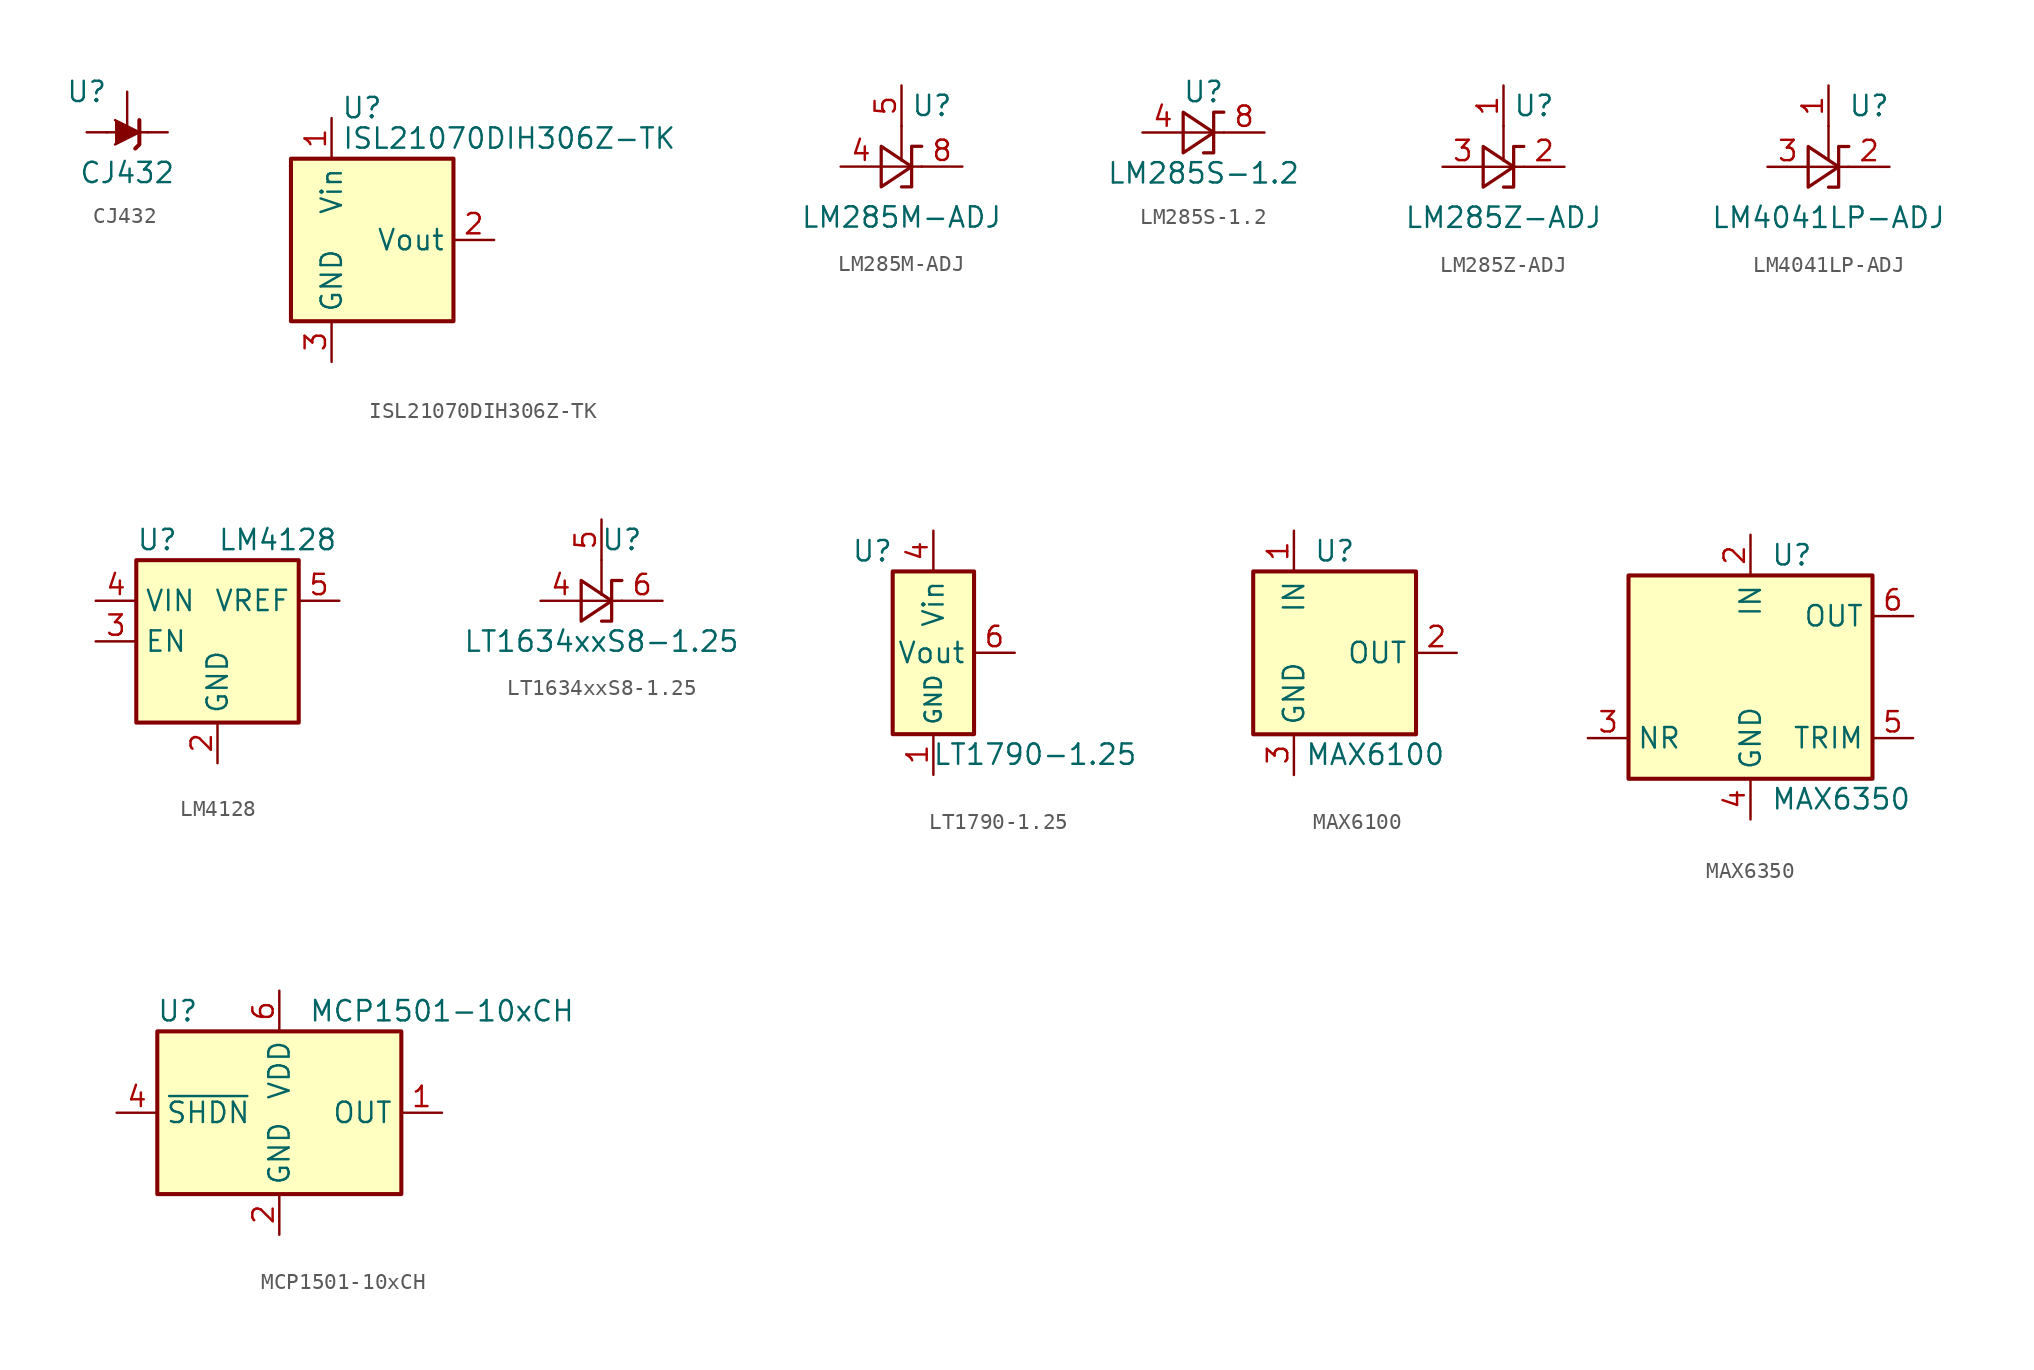
<source format=kicad_sym>
(kicad_symbol_lib
  (version 20220914)
  (generator kicad_symbol_editor)
  (symbol "CJ432"
    (pin_numbers hide)
    (pin_names hide)
    (property "Reference" "U"
      (at -2.54 2.54 0)
      (effects (font (size 1.27 1.27))))
    (property "Value" "CJ432"
      (at 0 -2.54 0)
      (effects (font (size 1.27 1.27))))
    (symbol "CJ432_0_1"
      (polyline (pts (xy -1.27 0) (xy 0 0) (xy 1.27 0)) (stroke (width 0) (type default)) (fill (type none)))
      (polyline (pts (xy -0.762 0.762) (xy 0.762 0) (xy -0.762 -0.762)) (stroke (width 0) (type default)) (fill (type outline)))
      (polyline (pts (xy 0.508 -1.016) (xy 0.762 -0.762) (xy 0.762 0.762) (xy 0.762 0.762)) (stroke (width 0.254) (type default)) (fill (type none))))
    (symbol "CJ432_1_1"
      (pin passive line (at 0 2.54 270) (length 2.54) (name "REF" (effects (font (size 1.27 1.27)))) (number "1" (effects (font (size 1.27 1.27)))))
      (pin passive line (at 2.54 0 180) (length 1.27) (name "K" (effects (font (size 1.27 1.27)))) (number "2" (effects (font (size 1.27 1.27)))))
      (pin passive line (at -2.54 0 0) (length 1.27) (name "A" (effects (font (size 1.27 1.27)))) (number "3" (effects (font (size 1.27 1.27)))))))
  (symbol "ISL21070DIH306Z-TK"
    (property "Reference" "U"
      (at -0.635 8.255 0)
      (effects (font (size 1.27 1.27))))
    (property "Value" "ISL21070DIH306Z-TK"
      (at -1.905 6.35 0)
      (effects (font (size 1.27 1.27)) (justify left)))
    (symbol "ISL21070DIH306Z-TK_0_1"
      (rectangle (start -5.08 5.08) (end 5.08 -5.08) (stroke (width 0.254) (type default)) (fill (type background))))
    (symbol "ISL21070DIH306Z-TK_1_1"
      (pin power_in line (at -2.54 7.62 270) (length 2.54) (name "Vin" (effects (font (size 1.27 1.27)))) (number "1" (effects (font (size 1.27 1.27)))))
      (pin power_out line (at 7.62 0 180) (length 2.54) (name "Vout" (effects (font (size 1.27 1.27)))) (number "2" (effects (font (size 1.27 1.27)))))
      (pin power_in line (at -2.54 -7.62 90) (length 2.54) (name "GND" (effects (font (size 1.27 1.27)))) (number "3" (effects (font (size 1.27 1.27)))))))
  (symbol "LM285M-ADJ"
    (pin_names
      (offset 0.025) hide)
    (property "Reference" "U"
      (at 1.905 3.81 0)
      (effects (font (size 1.27 1.27))))
    (property "Value" "LM285M-ADJ"
      (at 0 -3.175 0)
      (effects (font (size 1.27 1.27))))
    (symbol "LM285M-ADJ_0_1"
      (polyline (pts (xy 0 2.54) (xy 0 0.381)) (stroke (width 0) (type default)) (fill (type none)))
      (polyline (pts (xy -1.27 0) (xy 0 0) (xy 1.27 0)) (stroke (width 0) (type default)) (fill (type none)))
      (polyline (pts (xy -1.27 -1.27) (xy 0.635 0) (xy -1.27 1.27) (xy -1.27 -1.27)) (stroke (width 0.203) (type default)) (fill (type none)))
      (polyline (pts (xy 0 -1.27) (xy 0.635 -1.27) (xy 0.635 1.27) (xy 1.27 1.27)) (stroke (width 0.203) (type default)) (fill (type none))))
    (symbol "LM285M-ADJ_1_1"
      (pin passive line (at -3.81 0 0) (length 2.54) (name "A" (effects (font (size 1.27 1.27)))) (number "4" (effects (font (size 1.27 1.27)))))
      (pin input line (at 0 5.08 270) (length 2.54) (name "FB" (effects (font (size 1.27 1.27)))) (number "5" (effects (font (size 1.27 1.27)))))
      (pin passive line (at 3.81 0 180) (length 2.54) (name "K" (effects (font (size 1.27 1.27)))) (number "8" (effects (font (size 1.27 1.27)))))))
  (symbol "LM285S-1.2"
    (pin_names
      (offset 0.025) hide)
    (property "Reference" "U"
      (at 0 2.54 0)
      (effects (font (size 1.27 1.27))))
    (property "Value" "LM285S-1.2"
      (at 0 -2.54 0)
      (effects (font (size 1.27 1.27))))
    (symbol "LM285S-1.2_0_1"
      (polyline (pts (xy -1.27 0) (xy 0 0) (xy 1.27 0)) (stroke (width 0) (type default)) (fill (type none)))
      (polyline (pts (xy -1.27 -1.27) (xy 0.635 0) (xy -1.27 1.27) (xy -1.27 -1.27)) (stroke (width 0.203) (type default)) (fill (type none)))
      (polyline (pts (xy 0 -1.27) (xy 0.635 -1.27) (xy 0.635 1.27) (xy 1.27 1.27)) (stroke (width 0.203) (type default)) (fill (type none))))
    (symbol "LM285S-1.2_1_1"
      (pin passive line (at -3.81 0 0) (length 2.54) (name "A" (effects (font (size 1.27 1.27)))) (number "4" (effects (font (size 1.27 1.27)))))
      (pin passive line (at 3.81 0 180) (length 2.54) hide (name "K" (effects (font (size 1.27 1.27)))) (number "6" (effects (font (size 1.27 1.27)))))
      (pin passive line (at 3.81 0 180) (length 2.54) (name "K" (effects (font (size 1.27 1.27)))) (number "8" (effects (font (size 1.27 1.27)))))))
  (symbol "LM285Z-ADJ"
    (pin_names
      (offset 0.025) hide)
    (property "Reference" "U"
      (at 1.905 3.81 0)
      (effects (font (size 1.27 1.27))))
    (property "Value" "LM285Z-ADJ"
      (at 0 -3.175 0)
      (effects (font (size 1.27 1.27))))
    (symbol "LM285Z-ADJ_0_1"
      (polyline (pts (xy 0 2.54) (xy 0 0.381)) (stroke (width 0) (type default)) (fill (type none)))
      (polyline (pts (xy -1.27 0) (xy 0 0) (xy 1.27 0)) (stroke (width 0) (type default)) (fill (type none)))
      (polyline (pts (xy -1.27 -1.27) (xy 0.635 0) (xy -1.27 1.27) (xy -1.27 -1.27)) (stroke (width 0.203) (type default)) (fill (type none)))
      (polyline (pts (xy 0 -1.27) (xy 0.635 -1.27) (xy 0.635 1.27) (xy 1.27 1.27)) (stroke (width 0.203) (type default)) (fill (type none))))
    (symbol "LM285Z-ADJ_1_1"
      (pin input line (at 0 5.08 270) (length 2.54) (name "FB" (effects (font (size 1.27 1.27)))) (number "1" (effects (font (size 1.27 1.27)))))
      (pin passive line (at 3.81 0 180) (length 2.54) (name "K" (effects (font (size 1.27 1.27)))) (number "2" (effects (font (size 1.27 1.27)))))
      (pin passive line (at -3.81 0 0) (length 2.54) (name "A" (effects (font (size 1.27 1.27)))) (number "3" (effects (font (size 1.27 1.27)))))))
  (symbol "LM4041LP-ADJ"
    (pin_names
      (offset 0.025) hide)
    (property "Reference" "U"
      (at 2.54 3.81 0)
      (effects (font (size 1.27 1.27))))
    (property "Value" "LM4041LP-ADJ"
      (at 0 -3.175 0)
      (effects (font (size 1.27 1.27))))
    (symbol "LM4041LP-ADJ_0_1"
      (polyline (pts (xy 0 2.54) (xy 0 0.508)) (stroke (width 0) (type default)) (fill (type none)))
      (polyline (pts (xy -1.27 0) (xy 0 0) (xy 1.27 0)) (stroke (width 0) (type default)) (fill (type none)))
      (polyline (pts (xy -1.27 -1.27) (xy 0.635 0) (xy -1.27 1.27) (xy -1.27 -1.27)) (stroke (width 0.203) (type default)) (fill (type none)))
      (polyline (pts (xy 0 -1.27) (xy 0.635 -1.27) (xy 0.635 1.27) (xy 1.27 1.27)) (stroke (width 0.203) (type default)) (fill (type none))))
    (symbol "LM4041LP-ADJ_1_1"
      (pin input line (at 0 5.08 270) (length 2.54) (name "FB" (effects (font (size 1.27 1.27)))) (number "1" (effects (font (size 1.27 1.27)))))
      (pin passive line (at 3.81 0 180) (length 2.54) (name "K" (effects (font (size 1.27 1.27)))) (number "2" (effects (font (size 1.27 1.27)))))
      (pin passive line (at -3.81 0 0) (length 2.54) (name "A" (effects (font (size 1.27 1.27)))) (number "3" (effects (font (size 1.27 1.27)))))))
  (symbol "LM4128"
    (property "Reference" "U"
      (at -5.08 6.35 0)
      (effects (font (size 1.27 1.27)) (justify left)))
    (property "Value" "LM4128"
      (at 0 6.35 0)
      (effects (font (size 1.27 1.27)) (justify left)))
    (symbol "LM4128_0_1"
      (rectangle (start -5.08 5.08) (end 5.08 -5.08) (stroke (width 0.254) (type default)) (fill (type background))))
    (symbol "LM4128_1_1"
      (pin no_connect line (at 5.08 0 180) (length 2.54) hide (name "NC" (effects (font (size 1.27 1.27)))) (number "1" (effects (font (size 1.27 1.27)))))
      (pin power_in line (at 0 -7.62 90) (length 2.54) (name "GND" (effects (font (size 1.27 1.27)))) (number "2" (effects (font (size 1.27 1.27)))))
      (pin input line (at -7.62 0 0) (length 2.54) (name "EN" (effects (font (size 1.27 1.27)))) (number "3" (effects (font (size 1.27 1.27)))))
      (pin power_in line (at -7.62 2.54 0) (length 2.54) (name "VIN" (effects (font (size 1.27 1.27)))) (number "4" (effects (font (size 1.27 1.27)))))
      (pin power_out line (at 7.62 2.54 180) (length 2.54) (name "VREF" (effects (font (size 1.27 1.27)))) (number "5" (effects (font (size 1.27 1.27)))))))
  (symbol "LT1634xxS8-1.25"
    (pin_names hide)
    (property "Reference" "U"
      (at 1.27 3.81 0)
      (effects (font (size 1.27 1.27))))
    (property "Value" "LT1634xxS8-1.25"
      (at 0 -2.54 0)
      (effects (font (size 1.27 1.27))))
    (symbol "LT1634xxS8-1.25_1_1"
      (polyline (pts (xy 0 2.54) (xy 0 0.381)) (stroke (width 0) (type default)) (fill (type none)))
      (polyline (pts (xy -1.27 0) (xy 0 0) (xy 1.27 0)) (stroke (width 0) (type default)) (fill (type none)))
      (polyline (pts (xy -1.27 -1.27) (xy 0.635 0) (xy -1.27 1.27) (xy -1.27 -1.27)) (stroke (width 0.203) (type default)) (fill (type none)))
      (polyline (pts (xy 0 -1.27) (xy 0.635 -1.27) (xy 0.635 1.27) (xy 1.27 1.27)) (stroke (width 0.203) (type default)) (fill (type none)))
      (pin passive line (at -3.81 0 0) (length 2.54) (name "A" (effects (font (size 1.27 1.27)))) (number "4" (effects (font (size 1.27 1.27)))))
      (pin input line (at 0 5.08 270) (length 2.54) (name "Test" (effects (font (size 1.27 1.27)))) (number "5" (effects (font (size 1.27 1.27)))))
      (pin passive line (at 3.81 0 180) (length 2.54) (name "K" (effects (font (size 1.27 1.27)))) (number "6" (effects (font (size 1.27 1.27)))))))
  (symbol "LT1790-1.25"
    (property "Reference" "U"
      (at -3.81 6.35 0)
      (effects (font (size 1.27 1.27))))
    (property "Value" "LT1790-1.25"
      (at 6.35 -6.35 0)
      (effects (font (size 1.27 1.27))))
    (symbol "LT1790-1.25_0_1"
      (rectangle (start 2.54 5.08) (end -2.54 -5.08) (stroke (width 0.254) (type default)) (fill (type background))))
    (symbol "LT1790-1.25_1_1"
      (pin power_in line (at 0 -7.62 90) (length 2.54) (name "GND" (effects (font (size 1.016 1.016)))) (number "1" (effects (font (size 1.27 1.27)))))
      (pin passive line (at 0 -7.62 90) (length 2.54) hide (name "GND" (effects (font (size 1.016 1.016)))) (number "2" (effects (font (size 1.27 1.27)))))
      (pin power_in line (at 0 7.62 270) (length 2.54) (name "Vin" (effects (font (size 1.27 1.27)))) (number "4" (effects (font (size 1.27 1.27)))))
      (pin output line (at 5.08 0 180) (length 2.54) (name "Vout" (effects (font (size 1.27 1.27)))) (number "6" (effects (font (size 1.27 1.27)))))))
  (symbol "MAX6100"
    (property "Reference" "U"
      (at 0 6.35 0)
      (effects (font (size 1.27 1.27))))
    (property "Value" "MAX6100"
      (at 2.54 -6.35 0)
      (effects (font (size 1.27 1.27))))
    (symbol "MAX6100_0_1"
      (rectangle (start -5.08 5.08) (end 5.08 -5.08) (stroke (width 0.254) (type default)) (fill (type background))))
    (symbol "MAX6100_1_1"
      (pin power_in line (at -2.54 7.62 270) (length 2.54) (name "IN" (effects (font (size 1.27 1.27)))) (number "1" (effects (font (size 1.27 1.27)))))
      (pin power_out line (at 7.62 0 180) (length 2.54) (name "OUT" (effects (font (size 1.27 1.27)))) (number "2" (effects (font (size 1.27 1.27)))))
      (pin power_in line (at -2.54 -7.62 90) (length 2.54) (name "GND" (effects (font (size 1.27 1.27)))) (number "3" (effects (font (size 1.27 1.27)))))))
  (symbol "MAX6350"
    (property "Reference" "U"
      (at 1.27 6.35 0)
      (effects (font (size 1.27 1.27)) (justify left)))
    (property "Value" "MAX6350"
      (at 1.27 -8.89 0)
      (effects (font (size 1.27 1.27)) (justify left)))
    (symbol "MAX6350_0_1"
      (rectangle (start -7.62 5.08) (end 7.62 -7.62) (stroke (width 0.254) (type default)) (fill (type background))))
    (symbol "MAX6350_1_1"
      (pin no_connect line (at -7.62 -2.54 0) (length 2.54) hide (name "NC" (effects (font (size 1.27 1.27)))) (number "1" (effects (font (size 1.27 1.27)))))
      (pin power_in line (at 0 7.62 270) (length 2.54) (name "IN" (effects (font (size 1.27 1.27)))) (number "2" (effects (font (size 1.27 1.27)))))
      (pin passive line (at -10.16 -5.08 0) (length 2.54) (name "NR" (effects (font (size 1.27 1.27)))) (number "3" (effects (font (size 1.27 1.27)))))
      (pin power_in line (at 0 -10.16 90) (length 2.54) (name "GND" (effects (font (size 1.27 1.27)))) (number "4" (effects (font (size 1.27 1.27)))))
      (pin passive line (at 10.16 -5.08 180) (length 2.54) (name "TRIM" (effects (font (size 1.27 1.27)))) (number "5" (effects (font (size 1.27 1.27)))))
      (pin power_out line (at 10.16 2.54 180) (length 2.54) (name "OUT" (effects (font (size 1.27 1.27)))) (number "6" (effects (font (size 1.27 1.27)))))
      (pin no_connect line (at 7.62 0 180) (length 2.54) hide (name "NC" (effects (font (size 1.27 1.27)))) (number "7" (effects (font (size 1.27 1.27)))))
      (pin no_connect line (at 7.62 -2.54 180) (length 2.54) hide (name "NC" (effects (font (size 1.27 1.27)))) (number "8" (effects (font (size 1.27 1.27)))))))
  (symbol "MCP1501-10xCH"
    (property "Reference" "U"
      (at -6.35 6.35 0)
      (effects (font (size 1.27 1.27))))
    (property "Value" "MCP1501-10xCH"
      (at 10.16 6.35 0)
      (effects (font (size 1.27 1.27))))
    (symbol "MCP1501-10xCH_0_0"
      (pin power_out line (at 10.16 0 180) (length 2.54) (name "OUT" (effects (font (size 1.27 1.27)))) (number "1" (effects (font (size 1.27 1.27)))))
      (pin power_in line (at 0 -7.62 90) (length 2.54) (name "GND" (effects (font (size 1.27 1.27)))) (number "2" (effects (font (size 1.27 1.27)))))
      (pin passive line (at 0 -7.62 90) (length 2.54) hide (name "GND" (effects (font (size 1.27 1.27)))) (number "3" (effects (font (size 1.27 1.27)))))
      (pin input line (at -10.16 0 0) (length 2.54) (name "~{SHDN}" (effects (font (size 1.27 1.27)))) (number "4" (effects (font (size 1.27 1.27)))))
      (pin passive line (at 0 -7.62 90) (length 2.54) hide (name "GND" (effects (font (size 1.27 1.27)))) (number "5" (effects (font (size 1.27 1.27)))))
      (pin power_in line (at 0 7.62 270) (length 2.54) (name "VDD" (effects (font (size 1.27 1.27)))) (number "6" (effects (font (size 1.27 1.27))))))
    (symbol "MCP1501-10xCH_0_1"
      (rectangle (start -7.62 5.08) (end 7.62 -5.08) (stroke (width 0.254) (type default)) (fill (type background))))))
</source>
